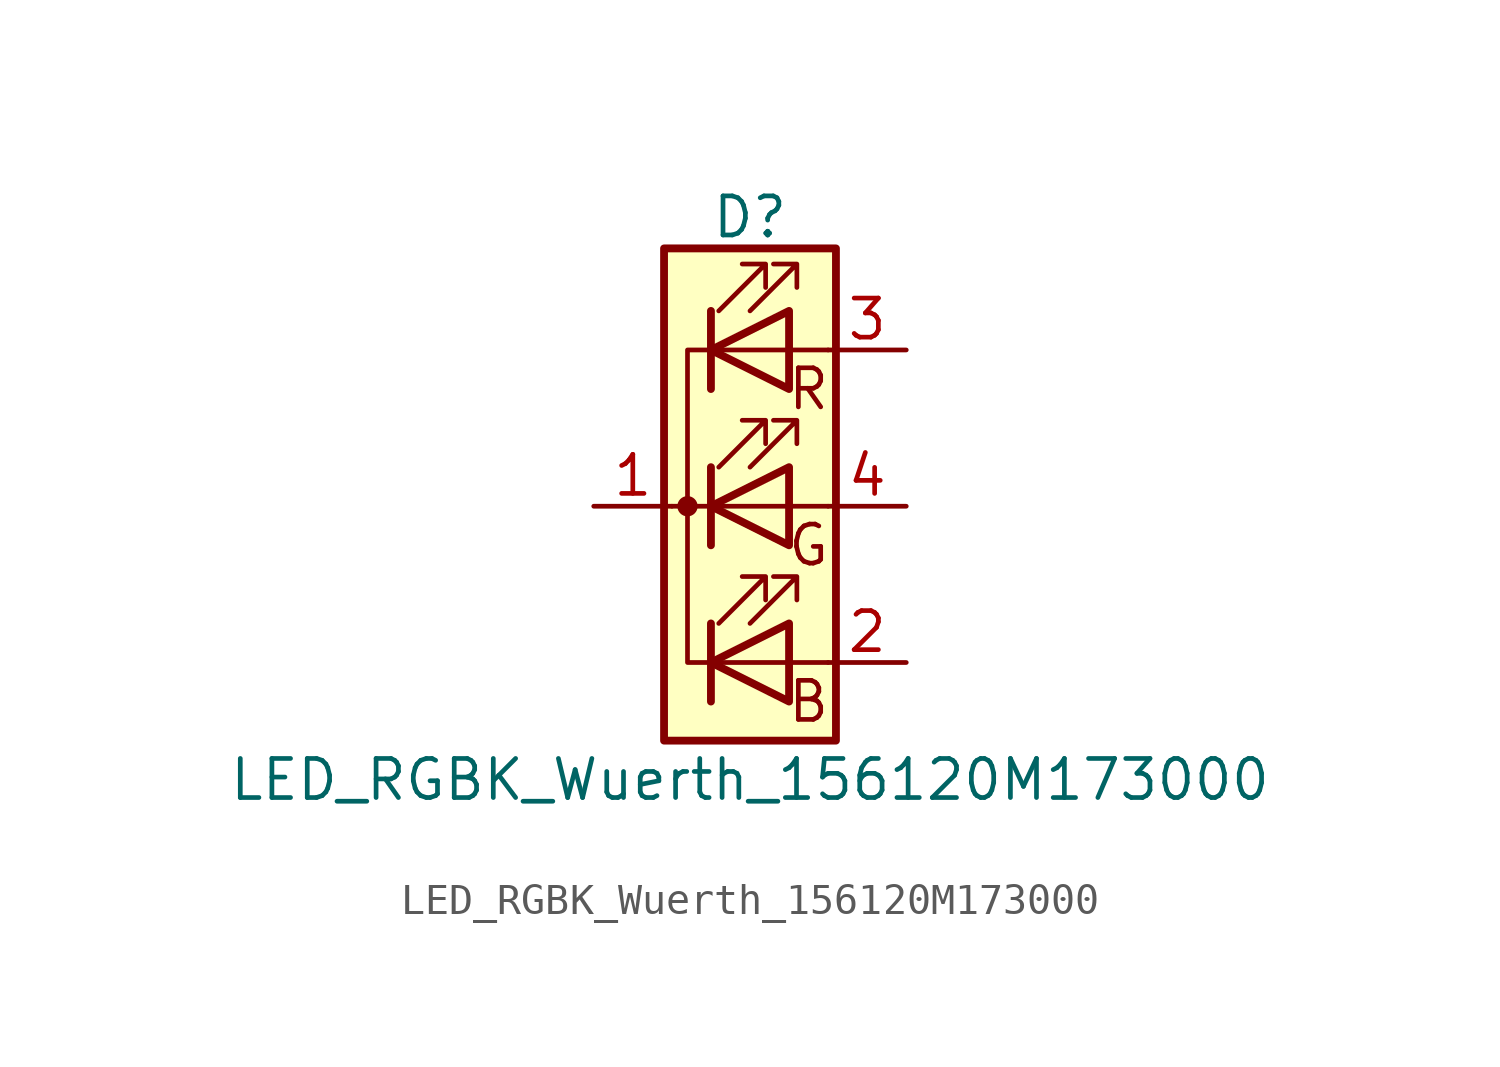
<source format=kicad_sym>
(kicad_symbol_lib
  (version 20211014)
  (generator kicad_symbol_editor)
  (symbol "LED_RGBK_Wuerth_156120M173000"
    (pin_names
      (offset 0) hide)
    (property "Reference" "D"
      (at 0 9.398 0)
      (effects (font (size 1.27 1.27))))
    (property "Value" "LED_RGBK_Wuerth_156120M173000"
      (at 0 -8.89 0)
      (effects (font (size 1.27 1.27))))
    (symbol "LED_RGBK_Wuerth_156120M173000_0_0"
      (text "B" (at 1.905 -6.35 0) (effects (font (size 1.27 1.27))))
      (text "G" (at 1.905 -1.27 0) (effects (font (size 1.27 1.27))))
      (text "R" (at 1.905 3.81 0) (effects (font (size 1.27 1.27)))))
    (symbol "LED_RGBK_Wuerth_156120M173000_0_1"
      (circle (center -2.032 0) (radius 0.254) (stroke (width 0) (type default) (color 0 0 0 0)) (fill (type outline)))
      (polyline (pts (xy -1.27 -5.08) (xy 1.27 -5.08)) (stroke (width 0) (type default) (color 0 0 0 0)) (fill (type none)))
      (polyline (pts (xy -1.27 -3.81) (xy -1.27 -6.35)) (stroke (width 0.254) (type default) (color 0 0 0 0)) (fill (type none)))
      (polyline (pts (xy -1.27 0) (xy -2.54 0)) (stroke (width 0) (type default) (color 0 0 0 0)) (fill (type none)))
      (polyline (pts (xy -1.27 1.27) (xy -1.27 -1.27)) (stroke (width 0.254) (type default) (color 0 0 0 0)) (fill (type none)))
      (polyline (pts (xy -1.27 5.08) (xy 1.27 5.08)) (stroke (width 0) (type default) (color 0 0 0 0)) (fill (type none)))
      (polyline (pts (xy -1.27 6.35) (xy -1.27 3.81)) (stroke (width 0.254) (type default) (color 0 0 0 0)) (fill (type none)))
      (polyline (pts (xy 1.27 -5.08) (xy 2.54 -5.08)) (stroke (width 0) (type default) (color 0 0 0 0)) (fill (type none)))
      (polyline (pts (xy 1.27 0) (xy -1.27 0)) (stroke (width 0) (type default) (color 0 0 0 0)) (fill (type none)))
      (polyline (pts (xy 1.27 0) (xy 2.54 0)) (stroke (width 0) (type default) (color 0 0 0 0)) (fill (type none)))
      (polyline (pts (xy 1.27 5.08) (xy 2.54 5.08)) (stroke (width 0) (type default) (color 0 0 0 0)) (fill (type none)))
      (polyline (pts (xy -1.27 1.27) (xy -1.27 -1.27) (xy -1.27 -1.27)) (stroke (width 0) (type default) (color 0 0 0 0)) (fill (type none)))
      (polyline (pts (xy -1.27 6.35) (xy -1.27 3.81) (xy -1.27 3.81)) (stroke (width 0) (type default) (color 0 0 0 0)) (fill (type none)))
      (polyline (pts (xy -1.27 5.08) (xy -2.032 5.08) (xy -2.032 -5.08) (xy -1.016 -5.08)) (stroke (width 0) (type default) (color 0 0 0 0)) (fill (type none)))
      (polyline (pts (xy 1.27 -3.81) (xy 1.27 -6.35) (xy -1.27 -5.08) (xy 1.27 -3.81)) (stroke (width 0.254) (type default) (color 0 0 0 0)) (fill (type none)))
      (polyline (pts (xy 1.27 1.27) (xy 1.27 -1.27) (xy -1.27 0) (xy 1.27 1.27)) (stroke (width 0.254) (type default) (color 0 0 0 0)) (fill (type none)))
      (polyline (pts (xy 1.27 6.35) (xy 1.27 3.81) (xy -1.27 5.08) (xy 1.27 6.35)) (stroke (width 0.254) (type default) (color 0 0 0 0)) (fill (type none)))
      (polyline (pts (xy -1.016 -3.81) (xy 0.508 -2.286) (xy -0.254 -2.286) (xy 0.508 -2.286) (xy 0.508 -3.048)) (stroke (width 0) (type default) (color 0 0 0 0)) (fill (type none)))
      (polyline (pts (xy -1.016 1.27) (xy 0.508 2.794) (xy -0.254 2.794) (xy 0.508 2.794) (xy 0.508 2.032)) (stroke (width 0) (type default) (color 0 0 0 0)) (fill (type none)))
      (polyline (pts (xy -1.016 6.35) (xy 0.508 7.874) (xy -0.254 7.874) (xy 0.508 7.874) (xy 0.508 7.112)) (stroke (width 0) (type default) (color 0 0 0 0)) (fill (type none)))
      (polyline (pts (xy 0 -3.81) (xy 1.524 -2.286) (xy 0.762 -2.286) (xy 1.524 -2.286) (xy 1.524 -3.048)) (stroke (width 0) (type default) (color 0 0 0 0)) (fill (type none)))
      (polyline (pts (xy 0 1.27) (xy 1.524 2.794) (xy 0.762 2.794) (xy 1.524 2.794) (xy 1.524 2.032)) (stroke (width 0) (type default) (color 0 0 0 0)) (fill (type none)))
      (polyline (pts (xy 0 6.35) (xy 1.524 7.874) (xy 0.762 7.874) (xy 1.524 7.874) (xy 1.524 7.112)) (stroke (width 0) (type default) (color 0 0 0 0)) (fill (type none)))
      (rectangle (start 1.27 -1.27) (end 1.27 1.27) (stroke (width 0) (type default) (color 0 0 0 0)) (fill (type none)))
      (rectangle (start 1.27 1.27) (end 1.27 1.27) (stroke (width 0) (type default) (color 0 0 0 0)) (fill (type none)))
      (rectangle (start 1.27 3.81) (end 1.27 6.35) (stroke (width 0) (type default) (color 0 0 0 0)) (fill (type none)))
      (rectangle (start 1.27 6.35) (end 1.27 6.35) (stroke (width 0) (type default) (color 0 0 0 0)) (fill (type none)))
      (rectangle (start 2.794 8.382) (end -2.794 -7.62) (stroke (width 0.254) (type default) (color 0 0 0 0)) (fill (type background))))
    (symbol "LED_RGBK_Wuerth_156120M173000_1_1"
      (pin passive line (at -5.08 0 0) (length 2.54) (name "K" (effects (font (size 1.27 1.27)))) (number "1" (effects (font (size 1.27 1.27)))))
      (pin passive line (at 5.08 -5.08 180) (length 2.54) (name "BA" (effects (font (size 1.27 1.27)))) (number "2" (effects (font (size 1.27 1.27)))))
      (pin passive line (at 5.08 5.08 180) (length 2.54) (name "RA" (effects (font (size 1.27 1.27)))) (number "3" (effects (font (size 1.27 1.27)))))
      (pin passive line (at 5.08 0 180) (length 2.54) (name "GA" (effects (font (size 1.27 1.27)))) (number "4" (effects (font (size 1.27 1.27))))))))
</source>
